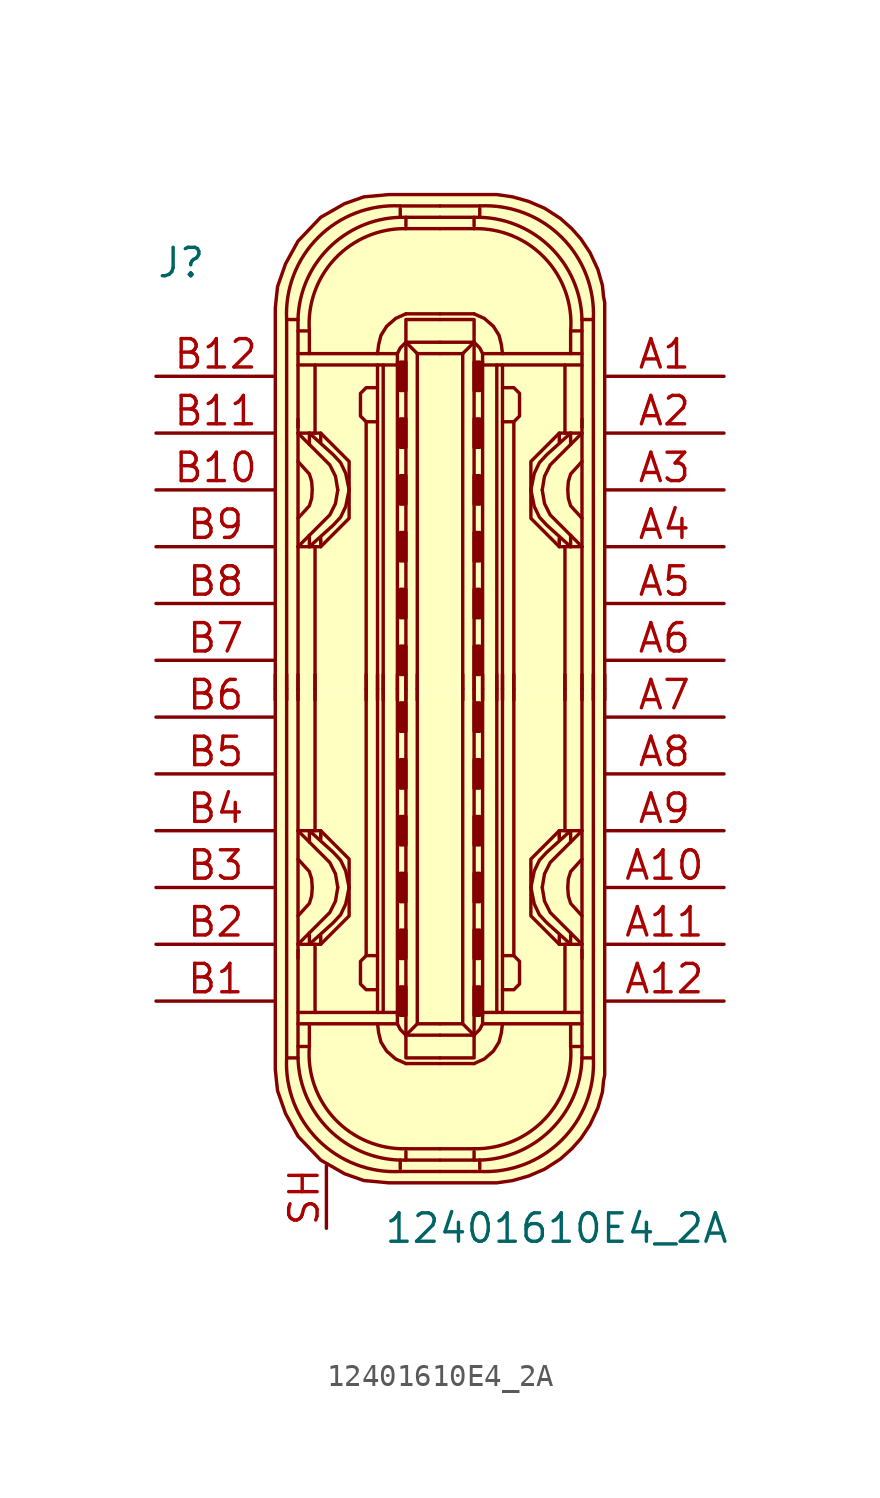
<source format=kicad_sym>
(kicad_symbol_lib
  (version 20220914)
  (generator kicad_symbol_editor)
  (symbol "12401610E4_2A"
    (pin_names
      (offset 1.016))
    (property "Reference" "J"
      (at -12.7 19.05 0)
      (effects (font (size 1.27 1.27)) (justify left)))
    (property "Value" "12401610E4_2A"
      (at -2.54 -24.13 0)
      (effects (font (size 1.27 1.27)) (justify left)))
    (symbol "12401610E4_2A_1_1"
      (arc (start -6.858 -16.51) (mid -5.4492 -20.1812) (end -1.778 -21.59) (stroke (width 0) (type solid)) (fill (type none)))
      (arc (start -6.35 -16.51) (mid -4.9749 -19.7069) (end -1.778 -21.082) (stroke (width 0) (type solid)) (fill (type none)))
      (arc (start -5.842 -16.002) (mid -4.6972 -19.2495) (end -1.524 -20.574) (stroke (width 0) (type solid)) (fill (type none)))
      (rectangle (start -1.778 -14.605) (end -1.524 -13.335) (stroke (width 0) (type solid)) (fill (type outline)))
      (rectangle (start -1.778 -12.065) (end -1.524 -10.795) (stroke (width 0) (type solid)) (fill (type outline)))
      (rectangle (start -1.778 -9.525) (end -1.524 -8.255) (stroke (width 0) (type solid)) (fill (type outline)))
      (rectangle (start -1.778 -6.985) (end -1.524 -5.715) (stroke (width 0) (type solid)) (fill (type outline)))
      (rectangle (start -1.778 -4.445) (end -1.524 -3.175) (stroke (width 0) (type solid)) (fill (type outline)))
      (rectangle (start -1.778 -1.905) (end -1.524 -0.635) (stroke (width 0) (type solid)) (fill (type outline)))
      (rectangle (start -1.778 1.905) (end -1.524 0.635) (stroke (width 0) (type solid)) (fill (type outline)))
      (rectangle (start -1.778 4.445) (end -1.524 3.175) (stroke (width 0) (type solid)) (fill (type outline)))
      (rectangle (start -1.778 6.985) (end -1.524 5.715) (stroke (width 0) (type solid)) (fill (type outline)))
      (rectangle (start -1.778 9.525) (end -1.524 8.255) (stroke (width 0) (type solid)) (fill (type outline)))
      (rectangle (start -1.778 12.065) (end -1.524 10.795) (stroke (width 0) (type solid)) (fill (type outline)))
      (rectangle (start -1.778 14.605) (end -1.524 13.335) (stroke (width 0) (type solid)) (fill (type outline)))
      (arc (start -1.778 21.082) (mid -4.9749 19.7069) (end -6.35 16.51) (stroke (width 0) (type solid)) (fill (type none)))
      (arc (start -1.778 21.59) (mid -5.4492 20.1812) (end -6.858 16.51) (stroke (width 0) (type solid)) (fill (type none)))
      (arc (start -1.524 20.574) (mid -4.6883 19.2412) (end -5.842 16.002) (stroke (width 0) (type solid)) (fill (type none)))
      (polyline (pts (xy -7.366 -0.508) (xy -7.366 0.635)) (stroke (width 0) (type solid)) (fill (type none)))
      (polyline (pts (xy -6.858 -0.508) (xy -6.858 0.635)) (stroke (width 0) (type solid)) (fill (type none)))
      (polyline (pts (xy -6.35 -14.986) (xy -1.905 -14.986)) (stroke (width 0) (type solid)) (fill (type none)))
      (polyline (pts (xy -6.35 -12.065) (xy -6.35 0)) (stroke (width 0) (type solid)) (fill (type none)))
      (polyline (pts (xy -6.35 -0.508) (xy -6.35 0.635)) (stroke (width 0) (type solid)) (fill (type none)))
      (polyline (pts (xy -6.35 12.065) (xy -6.35 0)) (stroke (width 0) (type solid)) (fill (type none)))
      (polyline (pts (xy -6.35 14.986) (xy -1.905 14.986)) (stroke (width 0) (type solid)) (fill (type none)))
      (polyline (pts (xy -5.842 -11.43) (xy -5.842 -10.922)) (stroke (width 0) (type solid)) (fill (type none)))
      (polyline (pts (xy -5.842 -6.35) (xy -5.842 -6.858)) (stroke (width 0) (type solid)) (fill (type none)))
      (polyline (pts (xy -5.842 6.35) (xy -5.842 6.858)) (stroke (width 0) (type solid)) (fill (type none)))
      (polyline (pts (xy -5.842 11.43) (xy -5.842 10.922)) (stroke (width 0) (type solid)) (fill (type none)))
      (polyline (pts (xy -5.588 -14.478) (xy -5.588 -11.43)) (stroke (width 0) (type solid)) (fill (type none)))
      (polyline (pts (xy -5.588 -6.35) (xy -5.588 0)) (stroke (width 0) (type solid)) (fill (type none)))
      (polyline (pts (xy -5.588 -0.508) (xy -5.588 0.635)) (stroke (width 0) (type solid)) (fill (type none)))
      (polyline (pts (xy -5.588 6.35) (xy -5.588 0)) (stroke (width 0) (type solid)) (fill (type none)))
      (polyline (pts (xy -5.588 14.478) (xy -5.588 11.43)) (stroke (width 0) (type solid)) (fill (type none)))
      (polyline (pts (xy -5.334 -11.43) (xy -5.334 -11.049)) (stroke (width 0) (type solid)) (fill (type none)))
      (polyline (pts (xy -5.334 -6.604) (xy -5.334 -6.731)) (stroke (width 0) (type solid)) (fill (type none)))
      (polyline (pts (xy -5.334 -6.35) (xy -5.334 -6.604)) (stroke (width 0) (type solid)) (fill (type none)))
      (polyline (pts (xy -5.334 6.35) (xy -5.334 6.604)) (stroke (width 0) (type solid)) (fill (type none)))
      (polyline (pts (xy -5.334 6.604) (xy -5.334 6.731)) (stroke (width 0) (type solid)) (fill (type none)))
      (polyline (pts (xy -5.334 11.43) (xy -5.334 11.049)) (stroke (width 0) (type solid)) (fill (type none)))
      (polyline (pts (xy -3.302 -0.508) (xy -3.302 0.635)) (stroke (width 0) (type solid)) (fill (type none)))
      (polyline (pts (xy -3.302 0) (xy -3.302 -11.938)) (stroke (width 0) (type solid)) (fill (type none)))
      (polyline (pts (xy -3.302 0) (xy -3.302 11.938)) (stroke (width 0) (type solid)) (fill (type none)))
      (polyline (pts (xy -2.794 -0.508) (xy -2.794 0.635)) (stroke (width 0) (type solid)) (fill (type none)))
      (polyline (pts (xy -2.794 0) (xy -2.794 -14.478)) (stroke (width 0) (type solid)) (fill (type none)))
      (polyline (pts (xy -2.794 0) (xy -2.794 14.478)) (stroke (width 0) (type solid)) (fill (type none)))
      (polyline (pts (xy -2.54 -14.478) (xy -2.54 0)) (stroke (width 0) (type solid)) (fill (type none)))
      (polyline (pts (xy -2.54 -0.508) (xy -2.54 0.635)) (stroke (width 0) (type solid)) (fill (type none)))
      (polyline (pts (xy -2.54 14.478) (xy -2.54 0)) (stroke (width 0) (type solid)) (fill (type none)))
      (polyline (pts (xy -1.905 -14.478) (xy -6.35 -14.478)) (stroke (width 0) (type solid)) (fill (type none)))
      (polyline (pts (xy -1.905 -0.508) (xy -1.905 0.635)) (stroke (width 0) (type solid)) (fill (type none)))
      (polyline (pts (xy -1.905 0) (xy -1.905 -14.605)) (stroke (width 0) (type solid)) (fill (type none)))
      (polyline (pts (xy -1.905 0) (xy -1.905 14.605)) (stroke (width 0) (type solid)) (fill (type none)))
      (polyline (pts (xy -1.905 14.478) (xy -6.35 14.478)) (stroke (width 0) (type solid)) (fill (type none)))
      (polyline (pts (xy -1.778 -21.59) (xy 0 -21.59)) (stroke (width 0) (type solid)) (fill (type background)))
      (polyline (pts (xy -1.778 -21.082) (xy -1.778 -21.463)) (stroke (width 0) (type solid)) (fill (type none)))
      (polyline (pts (xy -1.778 -21.082) (xy 0 -21.082)) (stroke (width 0) (type solid)) (fill (type none)))
      (polyline (pts (xy -1.778 21.082) (xy -1.778 21.463)) (stroke (width 0) (type solid)) (fill (type none)))
      (polyline (pts (xy -1.778 21.082) (xy 0 21.082)) (stroke (width 0) (type solid)) (fill (type none)))
      (polyline (pts (xy -1.778 21.59) (xy 0 21.59)) (stroke (width 0) (type solid)) (fill (type background)))
      (polyline (pts (xy -1.524 -20.701) (xy -1.524 -21.082)) (stroke (width 0) (type solid)) (fill (type none)))
      (polyline (pts (xy -1.524 -20.574) (xy 0 -20.574)) (stroke (width 0) (type solid)) (fill (type none)))
      (polyline (pts (xy -1.524 -0.508) (xy -1.524 0.635)) (stroke (width 0) (type solid)) (fill (type none)))
      (polyline (pts (xy -1.524 20.574) (xy 0 20.574)) (stroke (width 0) (type solid)) (fill (type none)))
      (polyline (pts (xy -1.524 20.701) (xy -1.524 21.082)) (stroke (width 0) (type solid)) (fill (type none)))
      (polyline (pts (xy -1.016 -14.986) (xy -1.524 -15.494)) (stroke (width 0) (type solid)) (fill (type none)))
      (polyline (pts (xy -1.016 -0.508) (xy -1.016 0.635)) (stroke (width 0) (type solid)) (fill (type none)))
      (polyline (pts (xy -1.016 14.986) (xy -1.524 15.494)) (stroke (width 0) (type solid)) (fill (type none)))
      (polyline (pts (xy 0 -16.764) (xy -1.524 -16.764)) (stroke (width 0) (type solid)) (fill (type none)))
      (polyline (pts (xy 0 -16.764) (xy 1.524 -16.764)) (stroke (width 0) (type solid)) (fill (type none)))
      (polyline (pts (xy 0 16.764) (xy -1.524 16.764)) (stroke (width 0) (type solid)) (fill (type none)))
      (polyline (pts (xy 0 16.764) (xy 1.524 16.764)) (stroke (width 0) (type solid)) (fill (type none)))
      (polyline (pts (xy 1.016 -14.986) (xy 1.524 -15.494)) (stroke (width 0) (type solid)) (fill (type none)))
      (polyline (pts (xy 1.016 -0.508) (xy 1.016 0.635)) (stroke (width 0) (type solid)) (fill (type none)))
      (polyline (pts (xy 1.016 14.986) (xy 1.524 15.494)) (stroke (width 0) (type solid)) (fill (type none)))
      (polyline (pts (xy 1.524 -20.701) (xy 1.524 -21.082)) (stroke (width 0) (type solid)) (fill (type none)))
      (polyline (pts (xy 1.524 -20.574) (xy 0 -20.574)) (stroke (width 0) (type solid)) (fill (type none)))
      (polyline (pts (xy 1.524 -0.508) (xy 1.524 0.635)) (stroke (width 0) (type solid)) (fill (type none)))
      (polyline (pts (xy 1.524 20.574) (xy 0 20.574)) (stroke (width 0) (type solid)) (fill (type none)))
      (polyline (pts (xy 1.524 20.701) (xy 1.524 21.082)) (stroke (width 0) (type solid)) (fill (type none)))
      (polyline (pts (xy 1.778 -21.59) (xy 0 -21.59)) (stroke (width 0) (type solid)) (fill (type background)))
      (polyline (pts (xy 1.778 -21.082) (xy 0 -21.082)) (stroke (width 0) (type solid)) (fill (type none)))
      (polyline (pts (xy 1.778 -21.082) (xy 1.778 -21.463)) (stroke (width 0) (type solid)) (fill (type none)))
      (polyline (pts (xy 1.778 21.082) (xy 0 21.082)) (stroke (width 0) (type solid)) (fill (type none)))
      (polyline (pts (xy 1.778 21.082) (xy 1.778 21.463)) (stroke (width 0) (type solid)) (fill (type none)))
      (polyline (pts (xy 1.778 21.59) (xy 0 21.59)) (stroke (width 0) (type solid)) (fill (type background)))
      (polyline (pts (xy 1.905 -14.478) (xy 6.35 -14.478)) (stroke (width 0) (type solid)) (fill (type none)))
      (polyline (pts (xy 1.905 -0.508) (xy 1.905 0.635)) (stroke (width 0) (type solid)) (fill (type none)))
      (polyline (pts (xy 1.905 0) (xy 1.905 -14.605)) (stroke (width 0) (type solid)) (fill (type none)))
      (polyline (pts (xy 1.905 0) (xy 1.905 14.605)) (stroke (width 0) (type solid)) (fill (type none)))
      (polyline (pts (xy 1.905 14.478) (xy 6.35 14.478)) (stroke (width 0) (type solid)) (fill (type none)))
      (polyline (pts (xy 2.54 -14.478) (xy 2.54 0)) (stroke (width 0) (type solid)) (fill (type none)))
      (polyline (pts (xy 2.54 -0.508) (xy 2.54 0.635)) (stroke (width 0) (type solid)) (fill (type none)))
      (polyline (pts (xy 2.54 14.478) (xy 2.54 0)) (stroke (width 0) (type solid)) (fill (type none)))
      (polyline (pts (xy 2.794 -0.508) (xy 2.794 0.635)) (stroke (width 0) (type solid)) (fill (type none)))
      (polyline (pts (xy 2.794 0) (xy 2.794 -14.478)) (stroke (width 0) (type solid)) (fill (type none)))
      (polyline (pts (xy 2.794 0) (xy 2.794 14.478)) (stroke (width 0) (type solid)) (fill (type none)))
      (polyline (pts (xy 3.302 -0.508) (xy 3.302 0.635)) (stroke (width 0) (type solid)) (fill (type none)))
      (polyline (pts (xy 3.302 0) (xy 3.302 -11.938)) (stroke (width 0) (type solid)) (fill (type none)))
      (polyline (pts (xy 3.302 0) (xy 3.302 11.938)) (stroke (width 0) (type solid)) (fill (type none)))
      (polyline (pts (xy 5.334 -11.43) (xy 5.334 -11.049)) (stroke (width 0) (type solid)) (fill (type none)))
      (polyline (pts (xy 5.334 -6.604) (xy 5.334 -6.731)) (stroke (width 0) (type solid)) (fill (type none)))
      (polyline (pts (xy 5.334 -6.35) (xy 5.334 -6.604)) (stroke (width 0) (type solid)) (fill (type none)))
      (polyline (pts (xy 5.334 6.35) (xy 5.334 6.604)) (stroke (width 0) (type solid)) (fill (type none)))
      (polyline (pts (xy 5.334 6.604) (xy 5.334 6.731)) (stroke (width 0) (type solid)) (fill (type none)))
      (polyline (pts (xy 5.334 11.43) (xy 5.334 11.049)) (stroke (width 0) (type solid)) (fill (type none)))
      (polyline (pts (xy 5.588 -14.478) (xy 5.588 -11.43)) (stroke (width 0) (type solid)) (fill (type none)))
      (polyline (pts (xy 5.588 -6.35) (xy 5.588 0)) (stroke (width 0) (type solid)) (fill (type none)))
      (polyline (pts (xy 5.588 -0.508) (xy 5.588 0.635)) (stroke (width 0) (type solid)) (fill (type none)))
      (polyline (pts (xy 5.588 6.35) (xy 5.588 0)) (stroke (width 0) (type solid)) (fill (type none)))
      (polyline (pts (xy 5.588 14.478) (xy 5.588 11.43)) (stroke (width 0) (type solid)) (fill (type none)))
      (polyline (pts (xy 5.842 -11.43) (xy 5.842 -10.922)) (stroke (width 0) (type solid)) (fill (type none)))
      (polyline (pts (xy 5.842 -6.35) (xy 5.842 -6.858)) (stroke (width 0) (type solid)) (fill (type none)))
      (polyline (pts (xy 5.842 6.35) (xy 5.842 6.858)) (stroke (width 0) (type solid)) (fill (type none)))
      (polyline (pts (xy 5.842 11.43) (xy 5.842 10.922)) (stroke (width 0) (type solid)) (fill (type none)))
      (polyline (pts (xy 6.35 -14.986) (xy 1.905 -14.986)) (stroke (width 0) (type solid)) (fill (type none)))
      (polyline (pts (xy 6.35 -12.065) (xy 6.35 0)) (stroke (width 0) (type solid)) (fill (type none)))
      (polyline (pts (xy 6.35 -0.508) (xy 6.35 0.635)) (stroke (width 0) (type solid)) (fill (type none)))
      (polyline (pts (xy 6.35 12.065) (xy 6.35 0)) (stroke (width 0) (type solid)) (fill (type none)))
      (polyline (pts (xy 6.35 14.986) (xy 1.905 14.986)) (stroke (width 0) (type solid)) (fill (type none)))
      (polyline (pts (xy 6.858 -0.508) (xy 6.858 0.635)) (stroke (width 0) (type solid)) (fill (type none)))
      (polyline (pts (xy 7.366 -0.508) (xy 7.366 0.635)) (stroke (width 0) (type solid)) (fill (type none)))
      (polyline (pts (xy -6.35 -16.51) (xy -6.858 -16.51) (xy -6.858 0)) (stroke (width 0) (type solid)) (fill (type none)))
      (polyline (pts (xy -6.35 -11.684) (xy -6.35 -15.875) (xy -6.35 -16.51)) (stroke (width 0) (type solid)) (fill (type none)))
      (polyline (pts (xy -6.35 11.684) (xy -6.35 15.875) (xy -6.35 16.51)) (stroke (width 0) (type solid)) (fill (type none)))
      (polyline (pts (xy -6.35 16.51) (xy -6.858 16.51) (xy -6.858 0)) (stroke (width 0) (type solid)) (fill (type none)))
      (polyline (pts (xy -5.842 -14.986) (xy -5.842 -16.002) (xy -6.35 -16.002)) (stroke (width 0) (type solid)) (fill (type none)))
      (polyline (pts (xy -5.842 14.986) (xy -5.842 16.002) (xy -6.35 16.002)) (stroke (width 0) (type solid)) (fill (type none)))
      (polyline (pts (xy -1.524 0) (xy -1.524 -15.494) (xy 0 -15.494)) (stroke (width 0) (type solid)) (fill (type none)))
      (polyline (pts (xy -1.524 0) (xy -1.524 15.494) (xy 0 15.494)) (stroke (width 0) (type solid)) (fill (type none)))
      (polyline (pts (xy -1.016 0) (xy -1.016 -14.986) (xy 0 -14.986)) (stroke (width 0) (type solid)) (fill (type none)))
      (polyline (pts (xy -1.016 0) (xy -1.016 14.986) (xy 0 14.986)) (stroke (width 0) (type solid)) (fill (type none)))
      (polyline (pts (xy 1.016 0) (xy 1.016 -14.986) (xy 0 -14.986)) (stroke (width 0) (type solid)) (fill (type none)))
      (polyline (pts (xy 1.016 0) (xy 1.016 14.986) (xy 0 14.986)) (stroke (width 0) (type solid)) (fill (type none)))
      (polyline (pts (xy 1.524 0) (xy 1.524 -15.494) (xy 0 -15.494)) (stroke (width 0) (type solid)) (fill (type none)))
      (polyline (pts (xy 1.524 0) (xy 1.524 15.494) (xy 0 15.494)) (stroke (width 0) (type solid)) (fill (type none)))
      (polyline (pts (xy 5.842 -14.986) (xy 5.842 -16.002) (xy 6.35 -16.002)) (stroke (width 0) (type solid)) (fill (type none)))
      (polyline (pts (xy 5.842 14.986) (xy 5.842 16.002) (xy 6.35 16.002)) (stroke (width 0) (type solid)) (fill (type none)))
      (polyline (pts (xy 6.35 -16.51) (xy 6.858 -16.51) (xy 6.858 0)) (stroke (width 0) (type solid)) (fill (type none)))
      (polyline (pts (xy 6.35 -11.684) (xy 6.35 -15.875) (xy 6.35 -16.51)) (stroke (width 0) (type solid)) (fill (type none)))
      (polyline (pts (xy 6.35 11.684) (xy 6.35 15.875) (xy 6.35 16.51)) (stroke (width 0) (type solid)) (fill (type none)))
      (polyline (pts (xy 6.35 16.51) (xy 6.858 16.51) (xy 6.858 0)) (stroke (width 0) (type solid)) (fill (type none)))
      (polyline (pts (xy -6.35 -11.43) (xy -4.928 -10.008) (xy -4.674 -9.5) (xy -4.572 -8.89)) (stroke (width 0) (type solid)) (fill (type none)))
      (polyline (pts (xy -6.35 -10.16) (xy -5.842 -9.601) (xy -5.74 -9.271) (xy -5.715 -8.915)) (stroke (width 0) (type solid)) (fill (type none)))
      (polyline (pts (xy -6.35 -7.62) (xy -5.842 -8.179) (xy -5.74 -8.509) (xy -5.715 -8.865)) (stroke (width 0) (type solid)) (fill (type none)))
      (polyline (pts (xy -6.35 -6.35) (xy -4.928 -7.772) (xy -4.674 -8.28) (xy -4.572 -8.89)) (stroke (width 0) (type solid)) (fill (type none)))
      (polyline (pts (xy -6.35 6.35) (xy -4.928 7.772) (xy -4.674 8.28) (xy -4.572 8.89)) (stroke (width 0) (type solid)) (fill (type none)))
      (polyline (pts (xy -6.35 7.62) (xy -5.842 8.179) (xy -5.74 8.509) (xy -5.715 8.865)) (stroke (width 0) (type solid)) (fill (type none)))
      (polyline (pts (xy -6.35 10.16) (xy -5.842 9.601) (xy -5.74 9.271) (xy -5.715 8.915)) (stroke (width 0) (type solid)) (fill (type none)))
      (polyline (pts (xy -6.35 11.43) (xy -4.928 10.008) (xy -4.674 9.5) (xy -4.572 8.89)) (stroke (width 0) (type solid)) (fill (type none)))
      (polyline (pts (xy -1.905 -14.605) (xy -1.905 -14.986) (xy -1.778 -15.24) (xy -1.524 -15.494)) (stroke (width 0) (type solid)) (fill (type none)))
      (polyline (pts (xy -1.905 14.605) (xy -1.905 14.986) (xy -1.778 15.24) (xy -1.524 15.494)) (stroke (width 0) (type solid)) (fill (type none)))
      (polyline (pts (xy 0 -16.51) (xy -1.397 -16.51) (xy -1.524 -16.51) (xy -1.524 -15.494)) (stroke (width 0) (type solid)) (fill (type none)))
      (polyline (pts (xy 0 -16.51) (xy 1.397 -16.51) (xy 1.524 -16.51) (xy 1.524 -15.494)) (stroke (width 0) (type solid)) (fill (type none)))
      (polyline (pts (xy 0 16.51) (xy -1.397 16.51) (xy -1.524 16.51) (xy -1.524 15.494)) (stroke (width 0) (type solid)) (fill (type none)))
      (polyline (pts (xy 0 16.51) (xy 1.397 16.51) (xy 1.524 16.51) (xy 1.524 15.494)) (stroke (width 0) (type solid)) (fill (type none)))
      (polyline (pts (xy 1.905 -14.605) (xy 1.905 -14.986) (xy 1.778 -15.24) (xy 1.524 -15.494)) (stroke (width 0) (type solid)) (fill (type none)))
      (polyline (pts (xy 1.905 14.605) (xy 1.905 14.986) (xy 1.778 15.24) (xy 1.524 15.494)) (stroke (width 0) (type solid)) (fill (type none)))
      (polyline (pts (xy 6.35 -11.43) (xy 4.928 -10.008) (xy 4.674 -9.5) (xy 4.572 -8.89)) (stroke (width 0) (type solid)) (fill (type none)))
      (polyline (pts (xy 6.35 -10.16) (xy 5.842 -9.601) (xy 5.74 -9.271) (xy 5.715 -8.915)) (stroke (width 0) (type solid)) (fill (type none)))
      (polyline (pts (xy 6.35 -7.62) (xy 5.842 -8.179) (xy 5.74 -8.509) (xy 5.715 -8.865)) (stroke (width 0) (type solid)) (fill (type none)))
      (polyline (pts (xy 6.35 -6.35) (xy 4.928 -7.772) (xy 4.674 -8.28) (xy 4.572 -8.89)) (stroke (width 0) (type solid)) (fill (type none)))
      (polyline (pts (xy 6.35 6.35) (xy 4.928 7.772) (xy 4.674 8.28) (xy 4.572 8.89)) (stroke (width 0) (type solid)) (fill (type none)))
      (polyline (pts (xy 6.35 7.62) (xy 5.842 8.179) (xy 5.74 8.509) (xy 5.715 8.865)) (stroke (width 0) (type solid)) (fill (type none)))
      (polyline (pts (xy 6.35 10.16) (xy 5.842 9.601) (xy 5.74 9.271) (xy 5.715 8.915)) (stroke (width 0) (type solid)) (fill (type none)))
      (polyline (pts (xy 6.35 11.43) (xy 4.928 10.008) (xy 4.674 9.5) (xy 4.572 8.89)) (stroke (width 0) (type solid)) (fill (type none)))
      (polyline (pts (xy -5.842 -11.43) (xy -4.775 -10.465) (xy -4.445 -10.109) (xy -4.216 -9.627) (xy -4.064 -8.89)) (stroke (width 0) (type solid)) (fill (type none)))
      (polyline (pts (xy -5.842 -6.35) (xy -4.775 -7.315) (xy -4.445 -7.671) (xy -4.216 -8.153) (xy -4.064 -8.89)) (stroke (width 0) (type solid)) (fill (type none)))
      (polyline (pts (xy -5.842 6.35) (xy -4.775 7.315) (xy -4.445 7.671) (xy -4.216 8.153) (xy -4.064 8.89)) (stroke (width 0) (type solid)) (fill (type none)))
      (polyline (pts (xy -5.842 11.43) (xy -4.775 10.465) (xy -4.445 10.109) (xy -4.216 9.627) (xy -4.064 8.89)) (stroke (width 0) (type solid)) (fill (type none)))
      (polyline (pts (xy 5.842 -11.43) (xy 4.775 -10.465) (xy 4.445 -10.109) (xy 4.216 -9.627) (xy 4.064 -8.89)) (stroke (width 0) (type solid)) (fill (type none)))
      (polyline (pts (xy 5.842 -6.35) (xy 4.775 -7.315) (xy 4.445 -7.671) (xy 4.216 -8.153) (xy 4.064 -8.89)) (stroke (width 0) (type solid)) (fill (type none)))
      (polyline (pts (xy 5.842 6.35) (xy 4.775 7.315) (xy 4.445 7.671) (xy 4.216 8.153) (xy 4.064 8.89)) (stroke (width 0) (type solid)) (fill (type none)))
      (polyline (pts (xy 5.842 11.43) (xy 4.775 10.465) (xy 4.445 10.109) (xy 4.216 9.627) (xy 4.064 8.89)) (stroke (width 0) (type solid)) (fill (type none)))
      (polyline (pts (xy -6.35 -11.43) (xy -5.334 -11.43) (xy -4.064 -10.16) (xy -4.064 -7.62) (xy -5.334 -6.35) (xy -6.35 -6.35)) (stroke (width 0) (type solid)) (fill (type none)))
      (polyline (pts (xy -6.35 11.43) (xy -5.334 11.43) (xy -4.064 10.16) (xy -4.064 7.62) (xy -5.334 6.35) (xy -6.35 6.35)) (stroke (width 0) (type solid)) (fill (type none)))
      (polyline (pts (xy -2.794 -14.986) (xy -2.743 -15.392) (xy -2.642 -15.799) (xy -2.388 -16.205) (xy -1.981 -16.561) (xy -1.524 -16.764)) (stroke (width 0) (type solid)) (fill (type none)))
      (polyline (pts (xy -2.794 -13.462) (xy -3.302 -13.462) (xy -3.556 -13.208) (xy -3.556 -12.192) (xy -3.302 -11.938) (xy -2.794 -11.938)) (stroke (width 0) (type solid)) (fill (type none)))
      (polyline (pts (xy -2.794 13.462) (xy -3.302 13.462) (xy -3.556 13.208) (xy -3.556 12.192) (xy -3.302 11.938) (xy -2.794 11.938)) (stroke (width 0) (type solid)) (fill (type none)))
      (polyline (pts (xy -2.794 14.986) (xy -2.743 15.392) (xy -2.642 15.799) (xy -2.388 16.205) (xy -1.981 16.561) (xy -1.524 16.764)) (stroke (width 0) (type solid)) (fill (type none)))
      (polyline (pts (xy 2.794 -14.986) (xy 2.743 -15.392) (xy 2.642 -15.799) (xy 2.388 -16.205) (xy 1.981 -16.561) (xy 1.524 -16.764)) (stroke (width 0) (type solid)) (fill (type none)))
      (polyline (pts (xy 2.794 -13.462) (xy 3.302 -13.462) (xy 3.556 -13.208) (xy 3.556 -12.192) (xy 3.302 -11.938) (xy 2.794 -11.938)) (stroke (width 0) (type solid)) (fill (type none)))
      (polyline (pts (xy 2.794 13.462) (xy 3.302 13.462) (xy 3.556 13.208) (xy 3.556 12.192) (xy 3.302 11.938) (xy 2.794 11.938)) (stroke (width 0) (type solid)) (fill (type none)))
      (polyline (pts (xy 2.794 14.986) (xy 2.743 15.392) (xy 2.642 15.799) (xy 2.388 16.205) (xy 1.981 16.561) (xy 1.524 16.764)) (stroke (width 0) (type solid)) (fill (type none)))
      (polyline (pts (xy 6.35 -11.43) (xy 5.334 -11.43) (xy 4.064 -10.16) (xy 4.064 -7.62) (xy 5.334 -6.35) (xy 6.35 -6.35)) (stroke (width 0) (type solid)) (fill (type none)))
      (polyline (pts (xy 6.35 11.43) (xy 5.334 11.43) (xy 4.064 10.16) (xy 4.064 7.62) (xy 5.334 6.35) (xy 6.35 6.35)) (stroke (width 0) (type solid)) (fill (type none)))
      (polyline (pts (xy 7.366 0) (xy 7.366 -17.018) (xy 7.366 -17.272) (xy 7.315 -17.526) (xy 7.264 -18.034) (xy 7.061 -18.745) (xy 6.706 -19.507) (xy 6.299 -20.117) (xy 5.893 -20.574) (xy 5.385 -21.031) (xy 4.674 -21.488) (xy 3.962 -21.793) (xy 3.251 -21.996) (xy 2.54 -22.098) (xy -2.286 -22.098) (xy -3.404 -21.996) (xy -4.267 -21.692) (xy -5.334 -21.082) (xy -6.35 -20.015) (xy -6.909 -18.999) (xy -7.264 -17.983) (xy -7.315 -17.526) (xy -7.366 -17.018) (xy -7.366 0)) (stroke (width 0) (type solid)) (fill (type background)))
      (polyline (pts (xy 7.366 0) (xy 7.366 17.018) (xy 7.366 17.272) (xy 7.315 17.526) (xy 7.264 18.034) (xy 7.061 18.745) (xy 6.706 19.507) (xy 6.299 20.117) (xy 5.893 20.574) (xy 5.385 21.031) (xy 4.674 21.488) (xy 3.962 21.793) (xy 3.251 21.996) (xy 2.54 22.098) (xy -2.286 22.098) (xy -3.404 21.996) (xy -4.267 21.692) (xy -5.334 21.082) (xy -6.35 20.015) (xy -6.909 18.999) (xy -7.264 17.983) (xy -7.315 17.526) (xy -7.366 17.018) (xy -7.366 0)) (stroke (width 0) (type solid)) (fill (type background)))
      (arc (start 1.524 -20.574) (mid 4.6883 -19.2412) (end 5.842 -16.002) (stroke (width 0) (type solid)) (fill (type none)))
      (arc (start 1.778 -21.59) (mid 5.4492 -20.1812) (end 6.858 -16.51) (stroke (width 0) (type solid)) (fill (type none)))
      (arc (start 1.778 -21.082) (mid 4.9749 -19.7069) (end 6.35 -16.51) (stroke (width 0) (type solid)) (fill (type none)))
      (rectangle (start 1.778 -14.605) (end 1.524 -13.335) (stroke (width 0) (type solid)) (fill (type outline)))
      (rectangle (start 1.778 -12.065) (end 1.524 -10.795) (stroke (width 0) (type solid)) (fill (type outline)))
      (rectangle (start 1.778 -9.525) (end 1.524 -8.255) (stroke (width 0) (type solid)) (fill (type outline)))
      (rectangle (start 1.778 -6.985) (end 1.524 -5.715) (stroke (width 0) (type solid)) (fill (type outline)))
      (rectangle (start 1.778 -4.445) (end 1.524 -3.175) (stroke (width 0) (type solid)) (fill (type outline)))
      (rectangle (start 1.778 -1.905) (end 1.524 -0.635) (stroke (width 0) (type solid)) (fill (type outline)))
      (rectangle (start 1.778 1.905) (end 1.524 0.635) (stroke (width 0) (type solid)) (fill (type outline)))
      (rectangle (start 1.778 4.445) (end 1.524 3.175) (stroke (width 0) (type solid)) (fill (type outline)))
      (rectangle (start 1.778 6.985) (end 1.524 5.715) (stroke (width 0) (type solid)) (fill (type outline)))
      (rectangle (start 1.778 9.525) (end 1.524 8.255) (stroke (width 0) (type solid)) (fill (type outline)))
      (rectangle (start 1.778 12.065) (end 1.524 10.795) (stroke (width 0) (type solid)) (fill (type outline)))
      (rectangle (start 1.778 14.605) (end 1.524 13.335) (stroke (width 0) (type solid)) (fill (type outline)))
      (arc (start 5.842 16.002) (mid 4.6972 19.2495) (end 1.524 20.574) (stroke (width 0) (type solid)) (fill (type none)))
      (arc (start 6.35 16.51) (mid 4.9749 19.7069) (end 1.778 21.082) (stroke (width 0) (type solid)) (fill (type none)))
      (arc (start 6.858 16.51) (mid 5.4492 20.1812) (end 1.778 21.59) (stroke (width 0) (type solid)) (fill (type none)))
      (pin passive line (at 12.7 13.97 180) (length 5.334) (name "~" (effects (font (size 1.27 1.27)))) (number "A1" (effects (font (size 1.27 1.27)))))
      (pin passive line (at 12.7 -8.89 180) (length 5.334) (name "~" (effects (font (size 1.27 1.27)))) (number "A10" (effects (font (size 1.27 1.27)))))
      (pin passive line (at 12.7 -11.43 180) (length 5.334) (name "~" (effects (font (size 1.27 1.27)))) (number "A11" (effects (font (size 1.27 1.27)))))
      (pin passive line (at 12.7 -13.97 180) (length 5.334) (name "~" (effects (font (size 1.27 1.27)))) (number "A12" (effects (font (size 1.27 1.27)))))
      (pin passive line (at 12.7 11.43 180) (length 5.334) (name "~" (effects (font (size 1.27 1.27)))) (number "A2" (effects (font (size 1.27 1.27)))))
      (pin passive line (at 12.7 8.89 180) (length 5.334) (name "~" (effects (font (size 1.27 1.27)))) (number "A3" (effects (font (size 1.27 1.27)))))
      (pin passive line (at 12.7 6.35 180) (length 5.334) (name "~" (effects (font (size 1.27 1.27)))) (number "A4" (effects (font (size 1.27 1.27)))))
      (pin passive line (at 12.7 3.81 180) (length 5.334) (name "~" (effects (font (size 1.27 1.27)))) (number "A5" (effects (font (size 1.27 1.27)))))
      (pin passive line (at 12.7 1.27 180) (length 5.334) (name "~" (effects (font (size 1.27 1.27)))) (number "A6" (effects (font (size 1.27 1.27)))))
      (pin passive line (at 12.7 -1.27 180) (length 5.334) (name "~" (effects (font (size 1.27 1.27)))) (number "A7" (effects (font (size 1.27 1.27)))))
      (pin passive line (at 12.7 -3.81 180) (length 5.334) (name "~" (effects (font (size 1.27 1.27)))) (number "A8" (effects (font (size 1.27 1.27)))))
      (pin passive line (at 12.7 -6.35 180) (length 5.334) (name "~" (effects (font (size 1.27 1.27)))) (number "A9" (effects (font (size 1.27 1.27)))))
      (pin passive line (at -12.7 -13.97 0) (length 5.334) (name "~" (effects (font (size 1.27 1.27)))) (number "B1" (effects (font (size 1.27 1.27)))))
      (pin passive line (at -12.7 8.89 0) (length 5.334) (name "~" (effects (font (size 1.27 1.27)))) (number "B10" (effects (font (size 1.27 1.27)))))
      (pin passive line (at -12.7 11.43 0) (length 5.334) (name "~" (effects (font (size 1.27 1.27)))) (number "B11" (effects (font (size 1.27 1.27)))))
      (pin passive line (at -12.7 13.97 0) (length 5.334) (name "~" (effects (font (size 1.27 1.27)))) (number "B12" (effects (font (size 1.27 1.27)))))
      (pin passive line (at -12.7 -11.43 0) (length 5.334) (name "~" (effects (font (size 1.27 1.27)))) (number "B2" (effects (font (size 1.27 1.27)))))
      (pin passive line (at -12.7 -8.89 0) (length 5.334) (name "~" (effects (font (size 1.27 1.27)))) (number "B3" (effects (font (size 1.27 1.27)))))
      (pin passive line (at -12.7 -6.35 0) (length 5.334) (name "~" (effects (font (size 1.27 1.27)))) (number "B4" (effects (font (size 1.27 1.27)))))
      (pin passive line (at -12.7 -3.81 0) (length 5.334) (name "~" (effects (font (size 1.27 1.27)))) (number "B5" (effects (font (size 1.27 1.27)))))
      (pin passive line (at -12.7 -1.27 0) (length 5.334) (name "~" (effects (font (size 1.27 1.27)))) (number "B6" (effects (font (size 1.27 1.27)))))
      (pin passive line (at -12.7 1.27 0) (length 5.334) (name "~" (effects (font (size 1.27 1.27)))) (number "B7" (effects (font (size 1.27 1.27)))))
      (pin passive line (at -12.7 3.81 0) (length 5.334) (name "~" (effects (font (size 1.27 1.27)))) (number "B8" (effects (font (size 1.27 1.27)))))
      (pin passive line (at -12.7 6.35 0) (length 5.334) (name "~" (effects (font (size 1.27 1.27)))) (number "B9" (effects (font (size 1.27 1.27)))))
      (pin input line (at -5.08 -24.13 90) (length 2.794) (name "~" (effects (font (size 1.27 1.27)))) (number "SH" (effects (font (size 1.27 1.27))))))))
</source>
